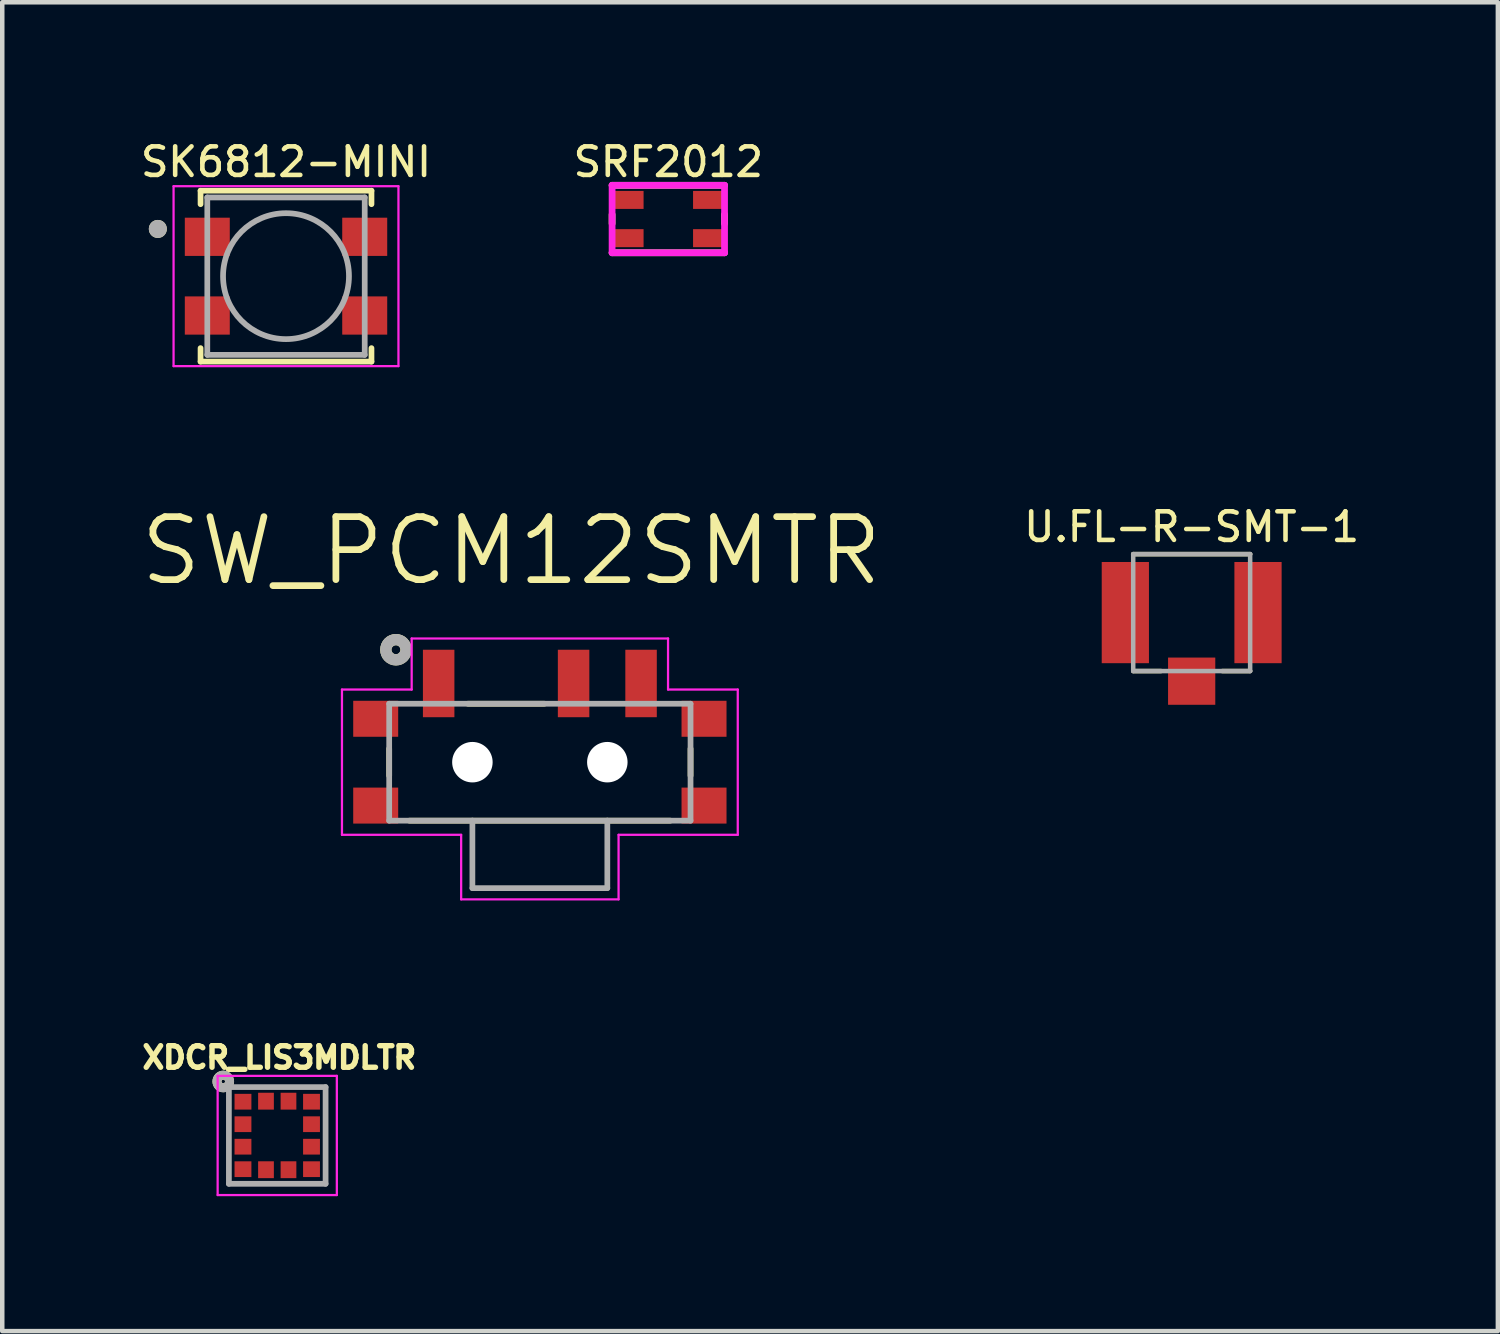
<source format=kicad_pcb>
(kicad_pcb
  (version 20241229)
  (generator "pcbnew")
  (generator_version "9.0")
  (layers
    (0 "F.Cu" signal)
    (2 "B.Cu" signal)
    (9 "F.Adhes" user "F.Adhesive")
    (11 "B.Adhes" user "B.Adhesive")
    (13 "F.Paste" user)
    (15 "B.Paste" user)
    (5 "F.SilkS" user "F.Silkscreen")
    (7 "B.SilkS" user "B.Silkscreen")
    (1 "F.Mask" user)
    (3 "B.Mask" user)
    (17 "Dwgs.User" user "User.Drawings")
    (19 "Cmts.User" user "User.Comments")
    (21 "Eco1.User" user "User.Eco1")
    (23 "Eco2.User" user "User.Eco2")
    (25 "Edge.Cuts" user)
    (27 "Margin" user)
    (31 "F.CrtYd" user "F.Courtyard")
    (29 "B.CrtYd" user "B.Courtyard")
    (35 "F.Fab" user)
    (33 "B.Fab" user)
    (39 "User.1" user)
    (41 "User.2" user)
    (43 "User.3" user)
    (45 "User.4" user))
  (footprint "SK6812-MINI"
    (layer "F.Cu")
    (at 3.309 3.09)
    (property "Reference" "SK6812-MINI" (at 0 -2.54 0) (layer "F.SilkS") (effects (font (size 0.635 0.635) (thickness 0.102))))
    (attr smd)
    (fp_line (start -1.9 -1.9) (end 1.9 -1.9) (stroke (width 0.127) (type solid)) (layer "F.SilkS"))
    (fp_line (start -1.9 -1.6) (end -1.9 -1.9) (stroke (width 0.127) (type solid)) (layer "F.SilkS"))
    (fp_line (start -1.9 1.6) (end -1.9 1.9) (stroke (width 0.127) (type solid)) (layer "F.SilkS"))
    (fp_line (start -1.9 1.9) (end 1.9 1.9) (stroke (width 0.127) (type solid)) (layer "F.SilkS"))
    (fp_line (start 1.9 -1.9) (end 1.9 -1.6) (stroke (width 0.127) (type solid)) (layer "F.SilkS"))
    (fp_line (start 1.9 1.9) (end 1.9 1.6) (stroke (width 0.127) (type solid)) (layer "F.SilkS"))
    (fp_circle (center -2.85 -1.05) (end -2.75 -1.05) (stroke (width 0.2) (type solid)) (fill no) (layer "F.SilkS"))
    (fp_line (start -2.5 -2) (end 2.5 -2) (stroke (width 0.05) (type solid)) (layer "F.CrtYd"))
    (fp_line (start -2.5 2) (end -2.5 -2) (stroke (width 0.05) (type solid)) (layer "F.CrtYd"))
    (fp_line (start 2.5 -2) (end 2.5 2) (stroke (width 0.05) (type solid)) (layer "F.CrtYd"))
    (fp_line (start 2.5 2) (end -2.5 2) (stroke (width 0.05) (type solid)) (layer "F.CrtYd"))
    (fp_line (start -1.75 -1.75) (end 1.75 -1.75) (stroke (width 0.127) (type solid)) (layer "F.Fab"))
    (fp_line (start -1.75 1.75) (end -1.75 -1.75) (stroke (width 0.127) (type solid)) (layer "F.Fab"))
    (fp_line (start 1.75 -1.75) (end 1.75 1.75) (stroke (width 0.127) (type solid)) (layer "F.Fab"))
    (fp_line (start 1.75 1.75) (end -1.75 1.75) (stroke (width 0.127) (type solid)) (layer "F.Fab"))
    (fp_circle (center -2.85 -1.05) (end -2.75 -1.05) (stroke (width 0.2) (type solid)) (fill no) (layer "F.Fab"))
    (fp_circle (center 0 0) (end 1.4 0) (stroke (width 0.127) (type solid)) (fill no) (layer "F.Fab"))
    (pad "1" smd rect (at -1.75 -0.875 90) (size 0.85 1) (layers "F.Cu" "F.Mask" "F.Paste"))
    (pad "2" smd rect (at -1.75 0.875 90) (size 0.85 1) (layers "F.Cu" "F.Mask" "F.Paste"))
    (pad "3" smd rect (at 1.75 0.875 90) (size 0.85 1) (layers "F.Cu" "F.Mask" "F.Paste"))
    (pad "4" smd rect (at 1.75 -0.875 90) (size 0.85 1) (layers "F.Cu" "F.Mask" "F.Paste")))
  (footprint "SRF2012"
    (layer "F.Cu")
    (at 11.809 1.82)
    (property "Reference" "SRF2012" (at 0 -1.27 180) (layer "F.SilkS") (effects (font (size 0.635 0.635) (thickness 0.102))))
    (attr smd)
    (fp_line (start -1.25 -0.75) (end 1.25 -0.75) (stroke (width 0.15) (type solid)) (layer "F.SilkS"))
    (fp_line (start -1.25 -0.1) (end -1.25 0.1) (stroke (width 0.15) (type solid)) (layer "F.SilkS"))
    (fp_line (start 1.25 -0.1) (end 1.25 0.1) (stroke (width 0.15) (type solid)) (layer "F.SilkS"))
    (fp_line (start 1.25 0.75) (end -1.25 0.75) (stroke (width 0.15) (type solid)) (layer "F.SilkS"))
    (fp_line (start -1.25 -0.75) (end -1.25 0.75) (stroke (width 0.15) (type solid)) (layer "F.CrtYd"))
    (fp_line (start -1.25 0.75) (end 1.25 0.75) (stroke (width 0.15) (type solid)) (layer "F.CrtYd"))
    (fp_line (start 1.25 -0.75) (end -1.25 -0.75) (stroke (width 0.15) (type solid)) (layer "F.CrtYd"))
    (fp_line (start 1.25 0.75) (end 1.25 -0.75) (stroke (width 0.15) (type solid)) (layer "F.CrtYd"))
    (pad "1" smd rect (at -0.925 -0.425) (size 0.75 0.4) (layers "F.Cu" "F.Mask" "F.Paste"))
    (pad "2" smd rect (at 0.925 -0.425) (size 0.75 0.4) (layers "F.Cu" "F.Mask" "F.Paste"))
    (pad "3" smd rect (at -0.925 0.425) (size 0.75 0.4) (layers "F.Cu" "F.Mask" "F.Paste"))
    (pad "4" smd rect (at 0.925 0.425) (size 0.75 0.4) (layers "F.Cu" "F.Mask" "F.Paste")))
  (footprint "U.FL-R-SMT-1"
    (layer "F.Cu")
    (at 23.445 10.57)
    (property "Reference" "U.FL-R-SMT-1" (at 0 -1.905 0) (unlocked yes) (layer "F.SilkS") (effects (font (size 0.635 0.635) (thickness 0.102))))
    (attr smd)
    (fp_line (start -1.3 -1.3) (end 1.3 -1.3) (stroke (width 0.1) (type solid)) (layer "F.SilkS"))
    (fp_line (start -1.3 1.3) (end -0.681 1.3) (stroke (width 0.1) (type solid)) (layer "F.SilkS"))
    (fp_line (start 1.3 1.3) (end 0.681 1.3) (stroke (width 0.1) (type solid)) (layer "F.SilkS"))
    (fp_line (start -1.3 -1.3) (end 1.3 -1.3) (stroke (width 0.1) (type solid)) (layer "F.Fab"))
    (fp_line (start -1.3 1.3) (end -1.3 -1.3) (stroke (width 0.1) (type solid)) (layer "F.Fab"))
    (fp_line (start 1.3 -1.3) (end 1.3 1.3) (stroke (width 0.1) (type solid)) (layer "F.Fab"))
    (fp_line (start 1.3 1.3) (end -1.3 1.3) (stroke (width 0.1) (type solid)) (layer "F.Fab"))
    (pad "1" smd rect (at -1.475 0) (size 1.05 2.25) (layers "F.Cu" "F.Mask" "F.Paste"))
    (pad "2" smd rect (at 1.475 0) (size 1.05 2.25) (layers "F.Cu" "F.Mask" "F.Paste"))
    (pad "3" smd rect (at 0 1.525 90) (size 1.05 1.05) (layers "F.Cu" "F.Mask" "F.Paste")))
  (footprint "SW_PCM12SMTR"
    (layer "F.Cu")
    (at 8.953 13.896)
    (property "Reference" "SW_PCM12SMTR" (at -0.635 -4.699 0) (layer "F.SilkS") (effects (font (size 1.4 1.4) (thickness 0.15))))
    (attr through_hole)
    (fp_line (start -3.35 0.3) (end -3.35 -0.3) (stroke (width 0.127) (type solid)) (layer "F.SilkS"))
    (fp_line (start -2.9 1.3) (end 2.9 1.3) (stroke (width 0.127) (type solid)) (layer "F.SilkS"))
    (fp_line (start -1.6 -1.3) (end 0.1 -1.3) (stroke (width 0.127) (type solid)) (layer "F.SilkS"))
    (fp_line (start 3.35 -0.3) (end 3.35 0.3) (stroke (width 0.127) (type solid)) (layer "F.SilkS"))
    (fp_circle (center -3.2 -2.5) (end -3.1 -2.5) (stroke (width 0.25) (type solid)) (fill no) (layer "F.SilkS"))
    (fp_line (start -4.4 -1.615) (end -2.85 -1.615) (stroke (width 0.05) (type solid)) (layer "F.CrtYd"))
    (fp_line (start -4.4 1.615) (end -4.4 -1.615) (stroke (width 0.05) (type solid)) (layer "F.CrtYd"))
    (fp_line (start -2.85 -2.75) (end 2.85 -2.75) (stroke (width 0.05) (type solid)) (layer "F.CrtYd"))
    (fp_line (start -2.85 -1.615) (end -2.85 -2.75) (stroke (width 0.05) (type solid)) (layer "F.CrtYd"))
    (fp_line (start -1.75 1.615) (end -4.4 1.615) (stroke (width 0.05) (type solid)) (layer "F.CrtYd"))
    (fp_line (start -1.75 3.05) (end -1.75 1.615) (stroke (width 0.05) (type solid)) (layer "F.CrtYd"))
    (fp_line (start 1.75 1.615) (end 1.75 3.05) (stroke (width 0.05) (type solid)) (layer "F.CrtYd"))
    (fp_line (start 1.75 3.05) (end -1.75 3.05) (stroke (width 0.05) (type solid)) (layer "F.CrtYd"))
    (fp_line (start 2.85 -2.75) (end 2.85 -1.615) (stroke (width 0.05) (type solid)) (layer "F.CrtYd"))
    (fp_line (start 2.85 -1.615) (end 4.4 -1.615) (stroke (width 0.05) (type solid)) (layer "F.CrtYd"))
    (fp_line (start 4.4 -1.615) (end 4.4 1.615) (stroke (width 0.05) (type solid)) (layer "F.CrtYd"))
    (fp_line (start 4.4 1.615) (end 1.75 1.615) (stroke (width 0.05) (type solid)) (layer "F.CrtYd"))
    (fp_line (start -3.35 -1.3) (end 3.35 -1.3) (stroke (width 0.127) (type solid)) (layer "F.Fab"))
    (fp_line (start -3.35 1.3) (end -3.35 -1.3) (stroke (width 0.127) (type solid)) (layer "F.Fab"))
    (fp_line (start -1.5 1.3) (end -3.35 1.3) (stroke (width 0.127) (type solid)) (layer "F.Fab"))
    (fp_line (start -1.5 1.3) (end -1.5 2.8) (stroke (width 0.127) (type solid)) (layer "F.Fab"))
    (fp_line (start -1.5 2.8) (end 1.5 2.8) (stroke (width 0.127) (type solid)) (layer "F.Fab"))
    (fp_line (start 1.5 1.3) (end -1.5 1.3) (stroke (width 0.127) (type solid)) (layer "F.Fab"))
    (fp_line (start 1.5 2.8) (end 1.5 1.3) (stroke (width 0.127) (type solid)) (layer "F.Fab"))
    (fp_line (start 3.35 -1.3) (end 3.35 1.3) (stroke (width 0.127) (type solid)) (layer "F.Fab"))
    (fp_line (start 3.35 1.3) (end 1.5 1.3) (stroke (width 0.127) (type solid)) (layer "F.Fab"))
    (fp_circle (center -3.2 -2.5) (end -3.1 -2.5) (stroke (width 0.25) (type solid)) (fill no) (layer "F.Fab"))
    (pad "" np_thru_hole circle (at -1.5 0) (size 0.9 0.9) (drill 0.9) (layers "*.Cu" "*.Mask"))
    (pad "" np_thru_hole circle (at 1.5 0) (size 0.9 0.9) (drill 0.9) (layers "*.Cu" "*.Mask"))
    (pad "1" smd rect (at -2.25 -1.75) (size 0.7 1.5) (layers "F.Cu" "F.Mask" "F.Paste"))
    (pad "2" smd rect (at 0.75 -1.75) (size 0.7 1.5) (layers "F.Cu" "F.Mask" "F.Paste"))
    (pad "3" smd rect (at 2.25 -1.75) (size 0.7 1.5) (layers "F.Cu" "F.Mask" "F.Paste"))
    (pad "S1" smd rect (at -3.65 -0.965) (size 1 0.8) (layers "F.Cu" "F.Mask" "F.Paste"))
    (pad "S2" smd rect (at -3.65 0.965) (size 1 0.8) (layers "F.Cu" "F.Mask" "F.Paste"))
    (pad "S3" smd rect (at 3.65 0.965) (size 1 0.8) (layers "F.Cu" "F.Mask" "F.Paste"))
    (pad "S4" smd rect (at 3.65 -0.965) (size 1 0.8) (layers "F.Cu" "F.Mask" "F.Paste")))
  (footprint "XDCR_LIS3MDLTR"
    (layer "F.Cu")
    (at 3.114 22.195)
    (property "Reference" "XDCR_LIS3MDLTR" (at 0.047 -1.732 0) (layer "F.SilkS") (effects (font (size 0.48 0.48) (thickness 0.15))))
    (attr through_hole)
    (fp_poly (pts (xy -1 -0.975) (xy -0.525 -0.975) (xy -0.525 -0.525) (xy -1 -0.525)) (stroke (width 0.01) (type solid)) (fill yes) (layer "F.Mask"))
    (fp_poly (pts (xy -1 -0.475) (xy -0.525 -0.475) (xy -0.525 -0.025) (xy -1 -0.025)) (stroke (width 0.01) (type solid)) (fill yes) (layer "F.Mask"))
    (fp_poly (pts (xy -1 0.025) (xy -0.525 0.025) (xy -0.525 0.475) (xy -1 0.475)) (stroke (width 0.01) (type solid)) (fill yes) (layer "F.Mask"))
    (fp_poly (pts (xy -1 0.525) (xy -0.525 0.525) (xy -0.525 0.975) (xy -1 0.975)) (stroke (width 0.01) (type solid)) (fill yes) (layer "F.Mask"))
    (fp_poly (pts (xy -0.475 -1) (xy -0.025 -1) (xy -0.025 -0.525) (xy -0.475 -0.525)) (stroke (width 0.01) (type solid)) (fill yes) (layer "F.Mask"))
    (fp_poly (pts (xy -0.475 0.525) (xy -0.025 0.525) (xy -0.025 1) (xy -0.475 1)) (stroke (width 0.01) (type solid)) (fill yes) (layer "F.Mask"))
    (fp_poly (pts (xy 0.025 -1) (xy 0.475 -1) (xy 0.475 -0.525) (xy 0.025 -0.525)) (stroke (width 0.01) (type solid)) (fill yes) (layer "F.Mask"))
    (fp_poly (pts (xy 0.025 0.525) (xy 0.475 0.525) (xy 0.475 1) (xy 0.025 1)) (stroke (width 0.01) (type solid)) (fill yes) (layer "F.Mask"))
    (fp_poly (pts (xy 0.525 -0.975) (xy 1 -0.975) (xy 1 -0.525) (xy 0.525 -0.525)) (stroke (width 0.01) (type solid)) (fill yes) (layer "F.Mask"))
    (fp_poly (pts (xy 0.525 -0.475) (xy 1 -0.475) (xy 1 -0.025) (xy 0.525 -0.025)) (stroke (width 0.01) (type solid)) (fill yes) (layer "F.Mask"))
    (fp_poly (pts (xy 0.525 0.025) (xy 1 0.025) (xy 1 0.475) (xy 0.525 0.475)) (stroke (width 0.01) (type solid)) (fill yes) (layer "F.Mask"))
    (fp_poly (pts (xy 0.525 0.525) (xy 1 0.525) (xy 1 0.975) (xy 0.525 0.975)) (stroke (width 0.01) (type solid)) (fill yes) (layer "F.Mask"))
    (fp_circle (center -1.2 -1.2) (end -1.24 -1.2) (stroke (width 0.2) (type solid)) (fill no) (layer "F.SilkS"))
    (fp_line (start -1.325 -1.325) (end -1.325 1.325) (stroke (width 0.05) (type solid)) (layer "F.CrtYd"))
    (fp_line (start -1.325 1.325) (end 1.325 1.325) (stroke (width 0.05) (type solid)) (layer "F.CrtYd"))
    (fp_line (start 1.325 -1.325) (end -1.325 -1.325) (stroke (width 0.05) (type solid)) (layer "F.CrtYd"))
    (fp_line (start 1.325 1.325) (end 1.325 -1.325) (stroke (width 0.05) (type solid)) (layer "F.CrtYd"))
    (fp_line (start -1.075 -1.075) (end -1.075 1.075) (stroke (width 0.127) (type solid)) (layer "F.Fab"))
    (fp_line (start -1.075 1.075) (end 1.075 1.075) (stroke (width 0.127) (type solid)) (layer "F.Fab"))
    (fp_line (start 1.075 -1.075) (end -1.075 -1.075) (stroke (width 0.127) (type solid)) (layer "F.Fab"))
    (fp_line (start 1.075 1.075) (end 1.075 -1.075) (stroke (width 0.127) (type solid)) (layer "F.Fab"))
    (fp_circle (center -1.2 -1.2) (end -1.24 -1.2) (stroke (width 0.2) (type solid)) (fill no) (layer "F.Fab"))
    (pad "1" smd rect (at -0.762 -0.75) (size 0.375 0.35) (layers "F.Cu" "F.Paste"))
    (pad "2" smd rect (at -0.762 -0.25) (size 0.375 0.35) (layers "F.Cu" "F.Paste"))
    (pad "3" smd rect (at -0.762 0.25) (size 0.375 0.35) (layers "F.Cu" "F.Paste"))
    (pad "4" smd rect (at -0.762 0.75) (size 0.375 0.35) (layers "F.Cu" "F.Paste"))
    (pad "5" smd rect (at -0.25 0.762 90) (size 0.375 0.35) (layers "F.Cu" "F.Paste"))
    (pad "6" smd rect (at 0.25 0.762 90) (size 0.375 0.35) (layers "F.Cu" "F.Paste"))
    (pad "7" smd rect (at 0.762 0.75 180) (size 0.375 0.35) (layers "F.Cu" "F.Paste"))
    (pad "8" smd rect (at 0.762 0.25 180) (size 0.375 0.35) (layers "F.Cu" "F.Paste"))
    (pad "9" smd rect (at 0.762 -0.25 180) (size 0.375 0.35) (layers "F.Cu" "F.Paste"))
    (pad "10" smd rect (at 0.762 -0.75 180) (size 0.375 0.35) (layers "F.Cu" "F.Paste"))
    (pad "11" smd rect (at 0.25 -0.762 270) (size 0.375 0.35) (layers "F.Cu" "F.Paste"))
    (pad "12" smd rect (at -0.25 -0.762 270) (size 0.375 0.35) (layers "F.Cu" "F.Paste")))
  (gr_rect
    (start -3 -3)
    (end 30.253 26.545)
    (stroke (width 0.1) (type default))
    (fill no)
    (layer "Edge.Cuts")))
</source>
